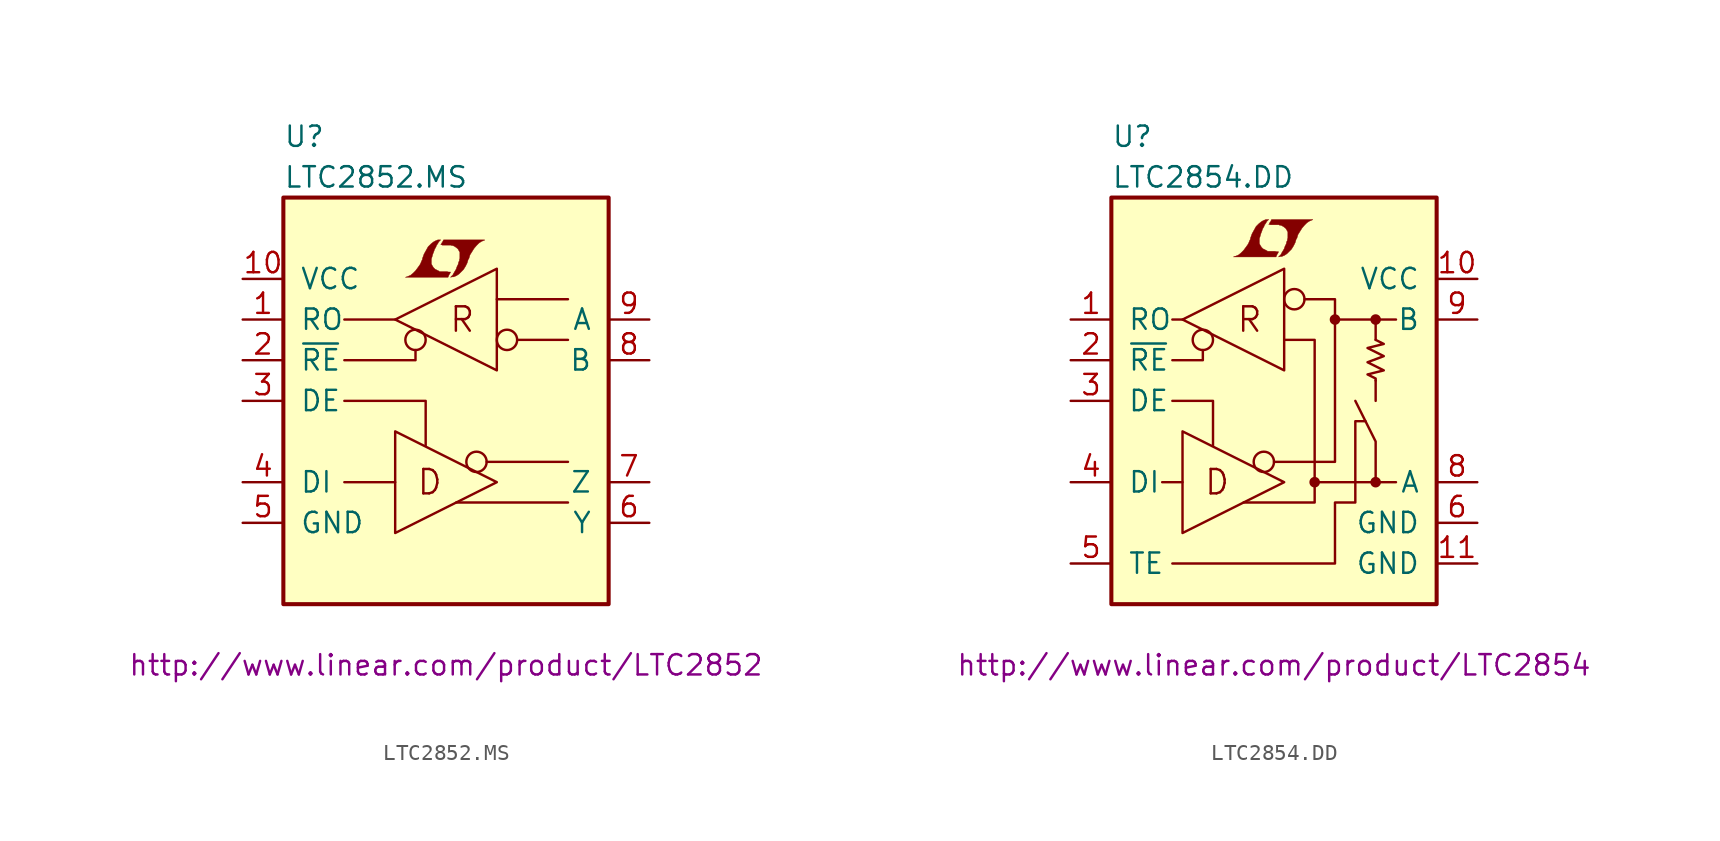
<source format=kicad_sym>
(kicad_symbol_lib
  (version 20201005)
  (generator kicad_symbol_editor)
  (symbol "LTC2852.MS"
    (pin_names
      (offset 1.016))
    (property "Reference" "U"
      (at -10.16 16.51 0)
      (effects (font (size 1.27 1.27)) (justify left)))
    (property "Value" "LTC2852.MS"
      (at -10.16 13.97 0)
      (effects (font (size 1.27 1.27)) (justify left)))
    (property "Datasheet" "http://www.linear.com/product/LTC2852"
      (at 0 -16.51 0)
      (effects (font (size 1.27 1.27))))
    (symbol "LTC2852.MS_0_0"
      (text "D" (at -1.016 -5.08 0) (effects (font (size 1.524 1.524))))
      (text "R" (at 1.016 5.08 0) (effects (font (size 1.524 1.524))))
      (polyline (pts (xy 0.203 7.899) (xy 0.229 7.925) (xy 0.279 8.026) (xy 0.279 8.052) (xy 0.152 8.052) (xy 0.051 8.077) (xy -0.406 8.077) (xy -0.432 8.103) (xy -0.686 8.23) (xy -0.787 8.331) (xy -0.864 8.458) (xy -0.914 8.56) (xy -0.914 8.865) (xy -0.864 9.017) (xy -0.838 9.119) (xy -0.813 9.195) (xy -0.762 9.322) (xy -0.711 9.474) (xy -0.635 9.601) (xy -0.584 9.728) (xy -0.508 9.83) (xy -0.457 9.931) (xy -0.33 10.058) (xy -0.508 10.058) (xy -0.635 10.008) (xy -0.737 9.957) (xy -0.813 9.906) (xy -0.94 9.804) (xy -1.118 9.627) (xy -1.372 9.169) (xy -1.473 8.89) (xy -1.473 8.839) (xy -1.524 8.738) (xy -1.575 8.611) (xy -1.626 8.509) (xy -1.753 8.331) (xy -1.905 8.128) (xy -2.057 7.976) (xy -2.21 7.849) (xy -2.388 7.772) (xy -2.54 7.722) (xy 0.127 7.722) (xy 0.203 7.899)) (stroke (width 0.025)) (fill (type outline)))
      (polyline (pts (xy 0.406 7.747) (xy 0.483 7.747) (xy 0.66 7.823) (xy 0.813 7.925) (xy 1.092 8.204) (xy 1.219 8.407) (xy 1.321 8.611) (xy 1.397 8.865) (xy 1.422 8.865) (xy 1.499 9.119) (xy 1.753 9.525) (xy 1.905 9.703) (xy 2.057 9.855) (xy 2.21 9.957) (xy 2.388 10.033) (xy 2.413 10.033) (xy 2.413 10.058) (xy -0.152 10.058) (xy -0.229 9.906) (xy -0.254 9.881) (xy -0.305 9.779) (xy -0.33 9.754) (xy -0.279 9.754) (xy -0.229 9.728) (xy 0.305 9.728) (xy 0.356 9.703) (xy 0.406 9.703) (xy 0.483 9.677) (xy 0.61 9.601) (xy 0.737 9.5) (xy 0.813 9.373) (xy 0.838 9.322) (xy 0.864 9.296) (xy 0.864 8.89) (xy 0.838 8.839) (xy 0.838 8.763) (xy 0.787 8.661) (xy 0.762 8.534) (xy 0.686 8.382) (xy 0.635 8.23) (xy 0.483 7.976) (xy 0.432 7.874) (xy 0.279 7.722) (xy 0.406 7.747)) (stroke (width 0.025)) (fill (type outline))))
    (symbol "LTC2852.MS_0_1"
      (circle (center -1.905 3.81) (radius 0.635) (stroke (width 0)) (fill (type none)))
      (circle (center 1.905 -3.81) (radius 0.635) (stroke (width 0)) (fill (type none)))
      (circle (center 3.81 3.81) (radius 0.635) (stroke (width 0)) (fill (type none)))
      (rectangle (start -10.16 12.7) (end 10.16 -12.7) (stroke (width 0.254)) (fill (type background)))
      (polyline (pts (xy -3.175 -5.08) (xy -6.35 -5.08)) (stroke (width 0)) (fill (type none)))
      (polyline (pts (xy -3.175 5.08) (xy -6.35 5.08)) (stroke (width 0)) (fill (type none)))
      (polyline (pts (xy 2.54 -3.81) (xy 7.62 -3.81)) (stroke (width 0)) (fill (type none)))
      (polyline (pts (xy 4.445 3.81) (xy 7.62 3.81)) (stroke (width 0)) (fill (type none)))
      (polyline (pts (xy 7.62 -6.35) (xy 0.635 -6.35)) (stroke (width 0)) (fill (type none)))
      (polyline (pts (xy 7.62 6.35) (xy 3.175 6.35)) (stroke (width 0)) (fill (type none)))
      (polyline (pts (xy -6.35 0) (xy -1.27 0) (xy -1.27 -2.794)) (stroke (width 0)) (fill (type none)))
      (polyline (pts (xy -1.905 3.175) (xy -1.905 2.54) (xy -6.35 2.54)) (stroke (width 0)) (fill (type none)))
      (polyline (pts (xy -3.175 -1.905) (xy -3.175 -8.255) (xy 3.175 -5.08) (xy -3.175 -1.905)) (stroke (width 0)) (fill (type none)))
      (polyline (pts (xy -3.175 5.08) (xy 3.175 1.905) (xy 3.175 8.255) (xy -3.175 5.08)) (stroke (width 0)) (fill (type none))))
    (symbol "LTC2852.MS_1_1"
      (pin tri_state line (at -12.7 5.08 0) (length 2.54) (name "RO" (effects (font (size 1.27 1.27)))) (number "1" (effects (font (size 1.27 1.27)))))
      (pin power_in line (at -12.7 7.62 0) (length 2.54) (name "VCC" (effects (font (size 1.27 1.27)))) (number "10" (effects (font (size 1.27 1.27)))))
      (pin input line (at -12.7 2.54 0) (length 2.54) (name "~RE~" (effects (font (size 1.27 1.27)))) (number "2" (effects (font (size 1.27 1.27)))))
      (pin input line (at -12.7 0 0) (length 2.54) (name "DE" (effects (font (size 1.27 1.27)))) (number "3" (effects (font (size 1.27 1.27)))))
      (pin input line (at -12.7 -5.08 0) (length 2.54) (name "DI" (effects (font (size 1.27 1.27)))) (number "4" (effects (font (size 1.27 1.27)))))
      (pin power_in line (at -12.7 -7.62 0) (length 2.54) (name "GND" (effects (font (size 1.27 1.27)))) (number "5" (effects (font (size 1.27 1.27)))))
      (pin passive line (at 12.7 -7.62 180) (length 2.54) (name "Y" (effects (font (size 1.27 1.27)))) (number "6" (effects (font (size 1.27 1.27)))))
      (pin passive line (at 12.7 -5.08 180) (length 2.54) (name "Z" (effects (font (size 1.27 1.27)))) (number "7" (effects (font (size 1.27 1.27)))))
      (pin passive line (at 12.7 2.54 180) (length 2.54) (name "B" (effects (font (size 1.27 1.27)))) (number "8" (effects (font (size 1.27 1.27)))))
      (pin passive line (at 12.7 5.08 180) (length 2.54) (name "A" (effects (font (size 1.27 1.27)))) (number "9" (effects (font (size 1.27 1.27)))))))
  (symbol "LTC2854.DD"
    (pin_names
      (offset 1.016))
    (property "Reference" "U"
      (at -10.16 16.51 0)
      (effects (font (size 1.27 1.27)) (justify left)))
    (property "Value" "LTC2854.DD"
      (at -10.16 13.97 0)
      (effects (font (size 1.27 1.27)) (justify left)))
    (property "Datasheet" "http://www.linear.com/product/LTC2854"
      (at 0 -16.51 0)
      (effects (font (size 1.27 1.27))))
    (symbol "LTC2854.DD_0_0"
      (text "D" (at -3.556 -5.08 0) (effects (font (size 1.524 1.524))))
      (text "R" (at -1.524 5.08 0) (effects (font (size 1.524 1.524))))
      (polyline (pts (xy 0.203 9.169) (xy 0.229 9.195) (xy 0.279 9.296) (xy 0.279 9.322) (xy 0.152 9.322) (xy 0.051 9.347) (xy -0.406 9.347) (xy -0.432 9.373) (xy -0.686 9.5) (xy -0.787 9.601) (xy -0.864 9.728) (xy -0.914 9.83) (xy -0.914 10.135) (xy -0.864 10.287) (xy -0.838 10.389) (xy -0.813 10.465) (xy -0.762 10.592) (xy -0.711 10.744) (xy -0.635 10.871) (xy -0.584 10.998) (xy -0.508 11.1) (xy -0.457 11.201) (xy -0.33 11.328) (xy -0.508 11.328) (xy -0.635 11.278) (xy -0.737 11.227) (xy -0.813 11.176) (xy -0.94 11.074) (xy -1.118 10.897) (xy -1.372 10.439) (xy -1.473 10.16) (xy -1.473 10.109) (xy -1.524 10.008) (xy -1.575 9.881) (xy -1.626 9.779) (xy -1.753 9.601) (xy -1.905 9.398) (xy -2.057 9.246) (xy -2.21 9.119) (xy -2.388 9.042) (xy -2.54 8.992) (xy 0.127 8.992) (xy 0.203 9.169)) (stroke (width 0.025)) (fill (type outline)))
      (polyline (pts (xy 0.406 9.017) (xy 0.483 9.017) (xy 0.66 9.093) (xy 0.813 9.195) (xy 1.092 9.474) (xy 1.219 9.677) (xy 1.321 9.881) (xy 1.397 10.135) (xy 1.422 10.135) (xy 1.499 10.389) (xy 1.753 10.795) (xy 1.905 10.973) (xy 2.057 11.125) (xy 2.21 11.227) (xy 2.388 11.303) (xy 2.413 11.303) (xy 2.413 11.328) (xy -0.152 11.328) (xy -0.229 11.176) (xy -0.254 11.151) (xy -0.305 11.049) (xy -0.33 11.024) (xy -0.279 11.024) (xy -0.229 10.998) (xy 0.305 10.998) (xy 0.356 10.973) (xy 0.406 10.973) (xy 0.483 10.947) (xy 0.61 10.871) (xy 0.737 10.77) (xy 0.813 10.643) (xy 0.838 10.592) (xy 0.864 10.566) (xy 0.864 10.16) (xy 0.838 10.109) (xy 0.838 10.033) (xy 0.787 9.931) (xy 0.762 9.804) (xy 0.686 9.652) (xy 0.635 9.5) (xy 0.483 9.246) (xy 0.432 9.144) (xy 0.279 8.992) (xy 0.406 9.017)) (stroke (width 0.025)) (fill (type outline))))
    (symbol "LTC2854.DD_0_1"
      (circle (center -4.445 3.81) (radius 0.635) (stroke (width 0)) (fill (type none)))
      (circle (center -0.635 -3.81) (radius 0.635) (stroke (width 0)) (fill (type none)))
      (circle (center 1.27 6.35) (radius 0.635) (stroke (width 0)) (fill (type none)))
      (circle (center 2.54 -5.08) (radius 0.254) (stroke (width 0)) (fill (type outline)))
      (circle (center 3.81 5.08) (radius 0.254) (stroke (width 0)) (fill (type outline)))
      (circle (center 6.35 -5.08) (radius 0.254) (stroke (width 0)) (fill (type outline)))
      (circle (center 6.35 5.08) (radius 0.254) (stroke (width 0)) (fill (type outline)))
      (rectangle (start -10.16 12.7) (end 10.16 -12.7) (stroke (width 0.254)) (fill (type background)))
      (polyline (pts (xy -5.715 5.08) (xy -6.35 5.08)) (stroke (width 0)) (fill (type none)))
      (polyline (pts (xy 6.35 1.27) (xy 6.35 0)) (stroke (width 0)) (fill (type none)))
      (polyline (pts (xy 6.35 3.81) (xy 6.35 5.08)) (stroke (width 0)) (fill (type none)))
      (polyline (pts (xy 7.62 -5.08) (xy 2.54 -5.08)) (stroke (width 0)) (fill (type none)))
      (polyline (pts (xy 7.62 5.08) (xy 3.81 5.08)) (stroke (width 0)) (fill (type none)))
      (polyline (pts (xy -6.35 0) (xy -3.81 0) (xy -3.81 -2.794)) (stroke (width 0)) (fill (type none)))
      (polyline (pts (xy -5.715 -5.08) (xy -6.35 -5.08) (xy -6.985 -5.08)) (stroke (width 0)) (fill (type none)))
      (polyline (pts (xy -4.445 3.175) (xy -4.445 2.54) (xy -6.35 2.54)) (stroke (width 0)) (fill (type none)))
      (polyline (pts (xy 5.08 0) (xy 6.35 -2.54) (xy 6.35 -5.08)) (stroke (width 0)) (fill (type none)))
      (polyline (pts (xy -5.715 -1.905) (xy -5.715 -8.255) (xy 0.635 -5.08) (xy -5.715 -1.905)) (stroke (width 0)) (fill (type none)))
      (polyline (pts (xy -5.715 5.08) (xy 0.635 1.905) (xy 0.635 8.255) (xy -5.715 5.08)) (stroke (width 0)) (fill (type none)))
      (polyline (pts (xy -1.905 -6.35) (xy 2.54 -6.35) (xy 2.54 3.81) (xy 0.635 3.81)) (stroke (width 0)) (fill (type none)))
      (polyline (pts (xy 1.905 6.35) (xy 3.81 6.35) (xy 3.81 -1.27) (xy 3.81 -3.81) (xy 0 -3.81)) (stroke (width 0)) (fill (type none)))
      (polyline (pts (xy -6.35 -10.16) (xy 3.81 -10.16) (xy 3.81 -6.35) (xy 5.08 -6.35) (xy 5.08 -1.27) (xy 5.715 -1.27)) (stroke (width 0)) (fill (type none)))
      (polyline (pts (xy 6.35 3.81) (xy 6.858 3.556) (xy 5.842 3.302) (xy 6.858 2.794) (xy 5.842 2.413) (xy 6.858 1.905) (xy 5.842 1.651) (xy 6.35 1.397) (xy 6.35 1.27)) (stroke (width 0)) (fill (type none))))
    (symbol "LTC2854.DD_1_1"
      (pin tri_state line (at -12.7 5.08 0) (length 2.54) (name "RO" (effects (font (size 1.27 1.27)))) (number "1" (effects (font (size 1.27 1.27)))))
      (pin power_in line (at 12.7 7.62 180) (length 2.54) (name "VCC" (effects (font (size 1.27 1.27)))) (number "10" (effects (font (size 1.27 1.27)))))
      (pin power_in line (at 12.7 -10.16 180) (length 2.54) (name "GND" (effects (font (size 1.27 1.27)))) (number "11" (effects (font (size 1.27 1.27)))))
      (pin input line (at -12.7 2.54 0) (length 2.54) (name "~RE~" (effects (font (size 1.27 1.27)))) (number "2" (effects (font (size 1.27 1.27)))))
      (pin input line (at -12.7 0 0) (length 2.54) (name "DE" (effects (font (size 1.27 1.27)))) (number "3" (effects (font (size 1.27 1.27)))))
      (pin passive line (at -12.7 -5.08 0) (length 2.54) (name "DI" (effects (font (size 1.27 1.27)))) (number "4" (effects (font (size 1.27 1.27)))))
      (pin input line (at -12.7 -10.16 0) (length 2.54) (name "TE" (effects (font (size 1.27 1.27)))) (number "5" (effects (font (size 1.27 1.27)))))
      (pin power_in line (at 12.7 -7.62 180) (length 2.54) (name "GND" (effects (font (size 1.27 1.27)))) (number "6" (effects (font (size 1.27 1.27)))))
      (pin unconnected line (at -12.7 7.62 0) (length 2.54) hide (name "NC" (effects (font (size 1.27 1.27)))) (number "7" (effects (font (size 1.27 1.27)))))
      (pin passive line (at 12.7 -5.08 180) (length 2.54) (name "A" (effects (font (size 1.27 1.27)))) (number "8" (effects (font (size 1.27 1.27)))))
      (pin passive line (at 12.7 5.08 180) (length 2.54) (name "B" (effects (font (size 1.27 1.27)))) (number "9" (effects (font (size 1.27 1.27))))))))
</source>
